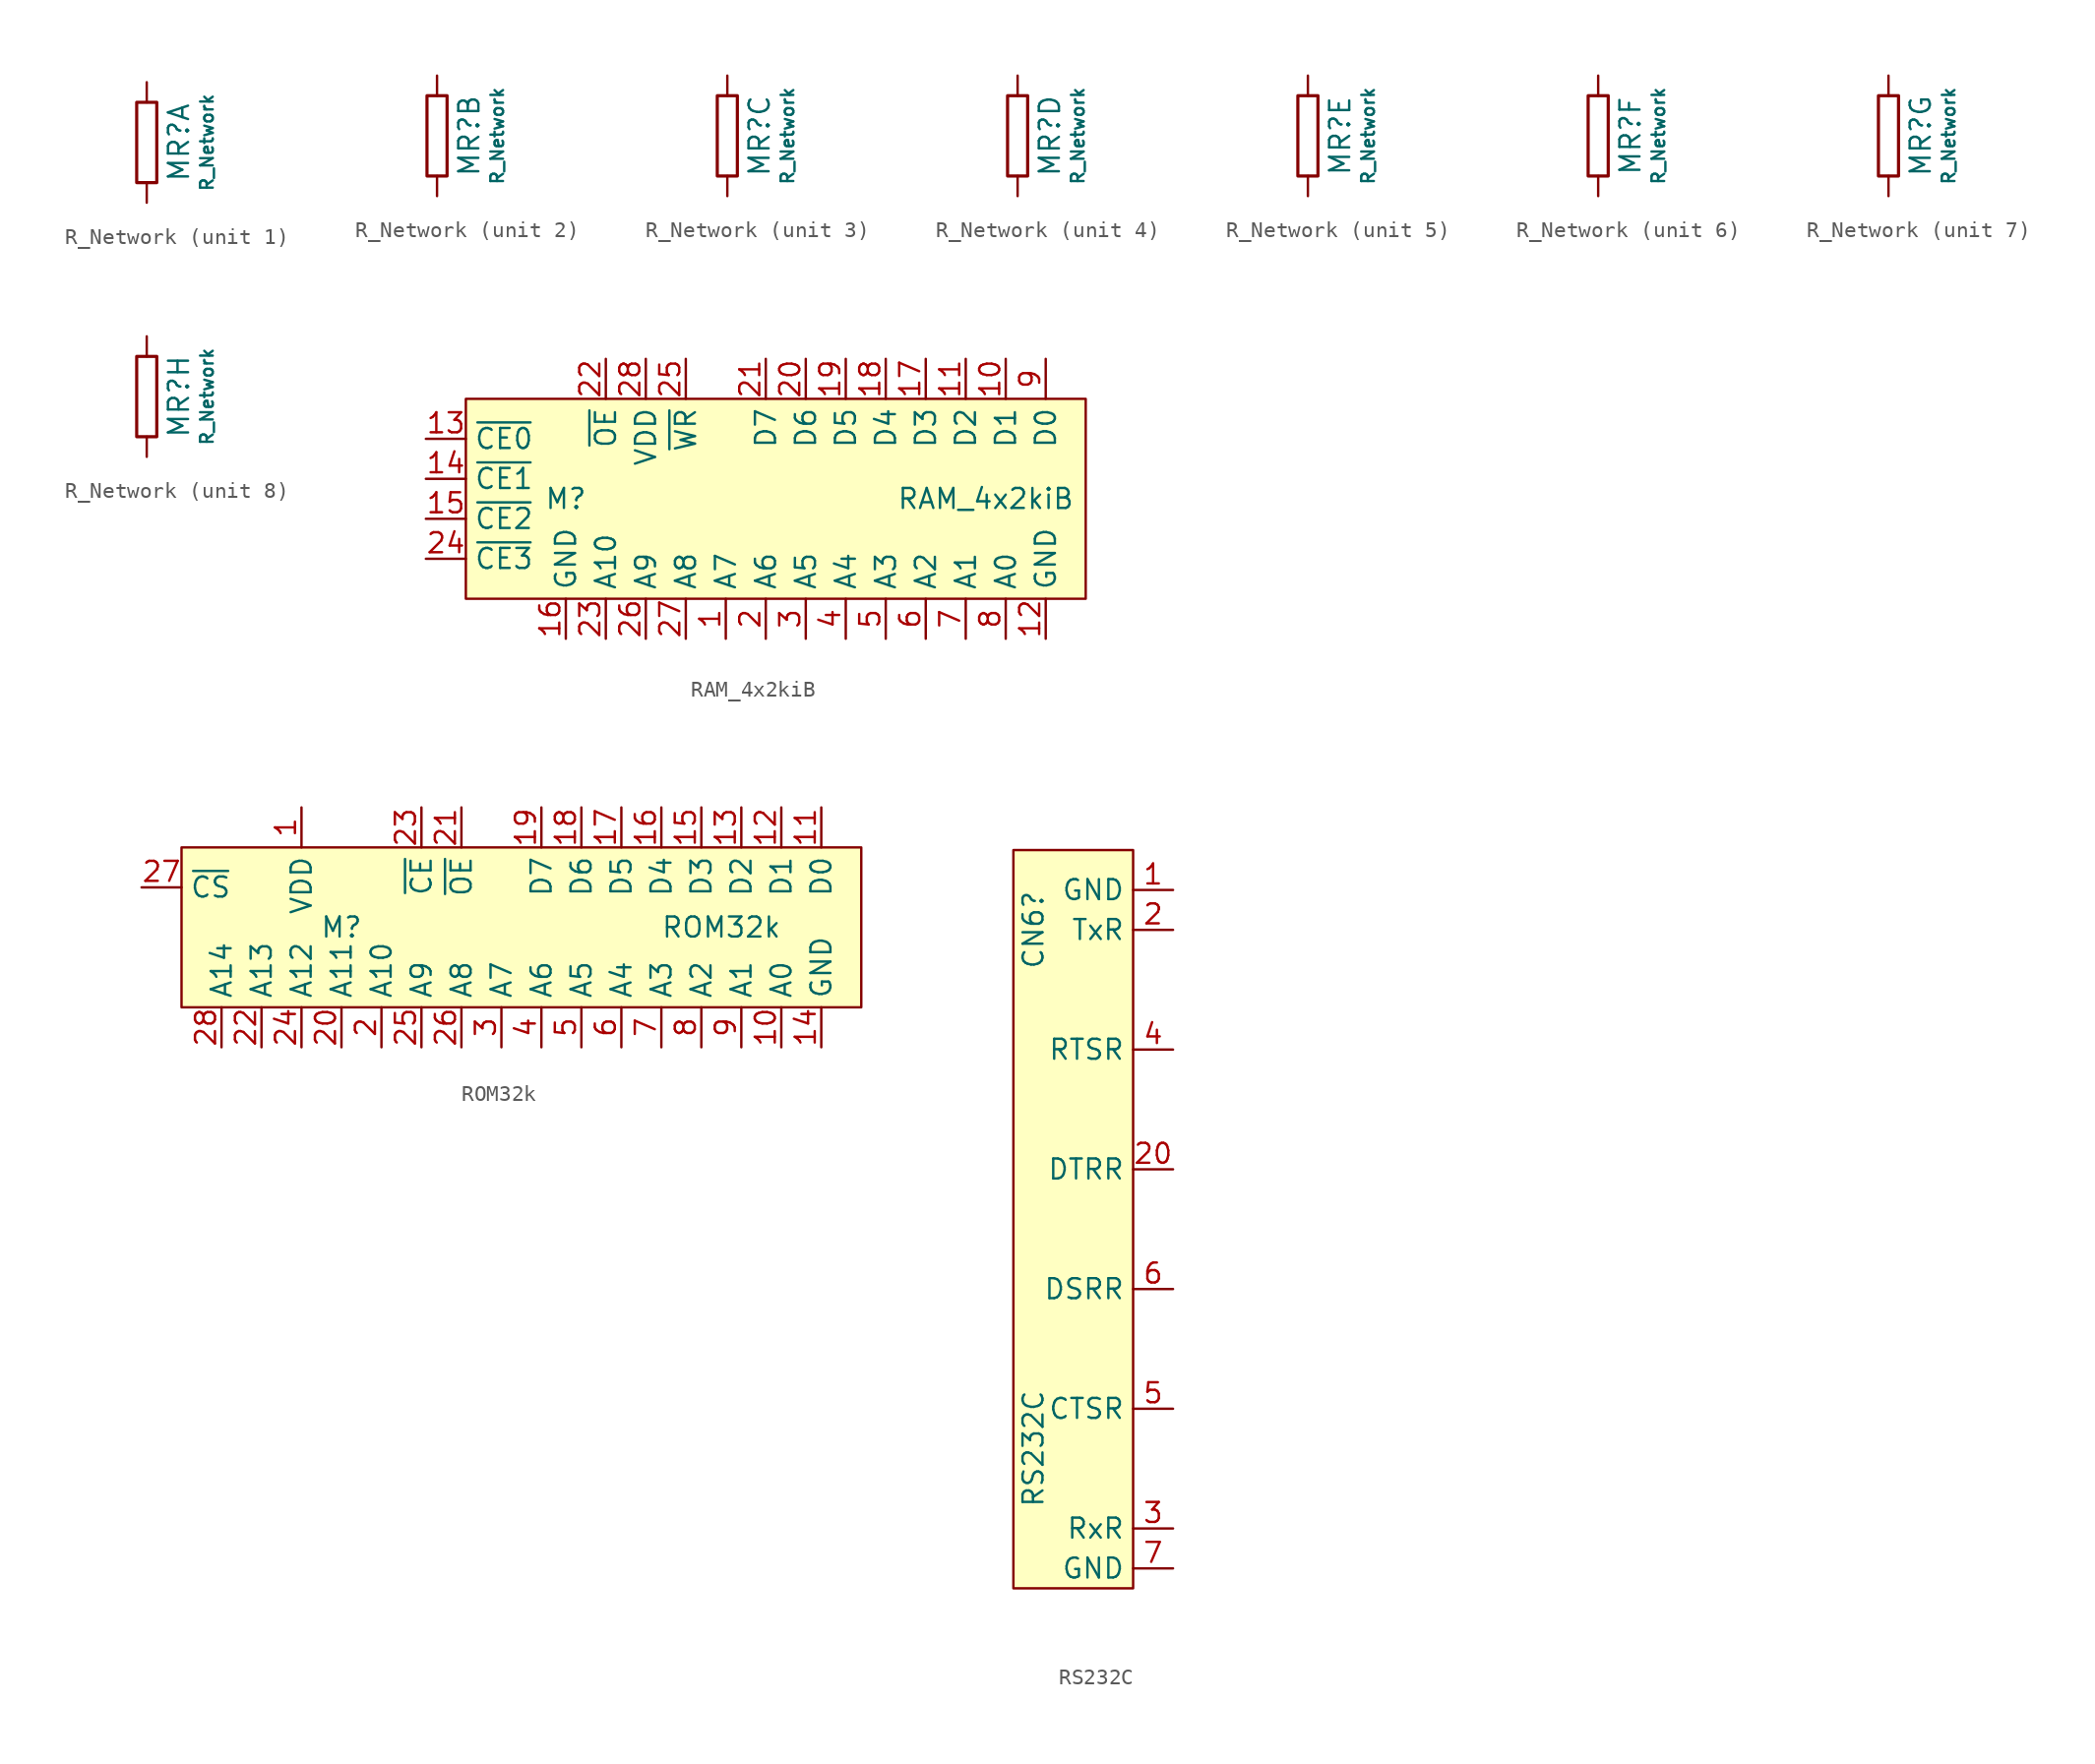
<source format=kicad_sym>
(kicad_symbol_lib
  (version 20211014)
  (generator kicad_symbol_editor)
  (symbol "R_Network"
    (pin_numbers hide)
    (pin_names
      (offset 0) hide)
    (property "Reference" "MR"
      (at 2.032 0 90)
      (effects (font (size 1.27 1.27))))
    (property "Value" "R_Network"
      (at 3.81 0 90)
      (effects (font (size 0.8 0.8))))
    (symbol "R_Network_0_1"
      (rectangle (start -0.635 2.54) (end 0.635 -2.54) (stroke (width 0.2) (type default) (color 0 0 0 0)) (fill (type none))))
    (symbol "R_Network_1_1"
      (pin passive line (at 0 3.81 270) (length 1.27) (name "R1.1" (effects (font (size 1.27 1.27)))) (number "1" (effects (font (size 1.27 1.27)))))
      (pin passive line (at 0 -3.81 90) (length 1.27) (name "R1.2" (effects (font (size 1.27 1.27)))) (number "2" (effects (font (size 1.27 1.27))))))
    (symbol "R_Network_2_1"
      (polyline (pts (xy 0 2.54) (xy 0 3.81)) (stroke (width 0) (type default) (color 0 0 0 0)) (fill (type none)))
      (pin passive line (at 0 -3.81 90) (length 1.27) (name "R2.2" (effects (font (size 1.27 1.27)))) (number "3" (effects (font (size 1.27 1.27))))))
    (symbol "R_Network_3_1"
      (polyline (pts (xy 0 2.54) (xy 0 3.81)) (stroke (width 0) (type default) (color 0 0 0 0)) (fill (type none)))
      (pin passive line (at 0 -3.81 90) (length 1.27) (name "R3.2" (effects (font (size 1.27 1.27)))) (number "4" (effects (font (size 1.27 1.27))))))
    (symbol "R_Network_4_1"
      (polyline (pts (xy 0 2.54) (xy 0 3.81)) (stroke (width 0) (type default) (color 0 0 0 0)) (fill (type none)))
      (pin passive line (at 0 -3.81 90) (length 1.27) (name "R4.2" (effects (font (size 1.27 1.27)))) (number "5" (effects (font (size 1.27 1.27))))))
    (symbol "R_Network_5_1"
      (polyline (pts (xy 0 2.54) (xy 0 3.81)) (stroke (width 0) (type default) (color 0 0 0 0)) (fill (type none)))
      (pin passive line (at 0 -3.81 90) (length 1.27) (name "R5.2" (effects (font (size 1.27 1.27)))) (number "6" (effects (font (size 1.27 1.27))))))
    (symbol "R_Network_6_1"
      (polyline (pts (xy 0 2.54) (xy 0 3.81)) (stroke (width 0) (type default) (color 0 0 0 0)) (fill (type none)))
      (pin passive line (at 0 -3.81 90) (length 1.27) (name "R6.2" (effects (font (size 1.27 1.27)))) (number "7" (effects (font (size 1.27 1.27))))))
    (symbol "R_Network_7_1"
      (polyline (pts (xy 0 2.54) (xy 0 3.81)) (stroke (width 0) (type default) (color 0 0 0 0)) (fill (type none)))
      (pin passive line (at 0 -3.81 90) (length 1.27) (name "R7.2" (effects (font (size 1.27 1.27)))) (number "8" (effects (font (size 1.27 1.27))))))
    (symbol "R_Network_8_1"
      (polyline (pts (xy 0 2.54) (xy 0 3.81)) (stroke (width 0) (type default) (color 0 0 0 0)) (fill (type none)))
      (pin passive line (at 0 -3.81 90) (length 1.27) (name "R8.2" (effects (font (size 1.27 1.27)))) (number "9" (effects (font (size 1.27 1.27)))))))
  (symbol "RAM_4x2kiB"
    (property "Reference" "M"
      (at -11.43 0 0)
      (effects (font (size 1.27 1.27))))
    (property "Value" "RAM_4x2kiB"
      (at 15.24 0 0)
      (effects (font (size 1.27 1.27))))
    (symbol "RAM_4x2kiB_0_1"
      (rectangle (start -17.78 6.35) (end 21.59 -6.35) (stroke (width 0) (type default) (color 0 0 0 0)) (fill (type background))))
    (symbol "RAM_4x2kiB_1_1"
      (pin input line (at -1.27 -8.89 90) (length 2.54) (name "A7" (effects (font (size 1.27 1.27)))) (number "1" (effects (font (size 1.27 1.27)))))
      (pin tri_state line (at 16.51 8.89 270) (length 2.54) (name "D1" (effects (font (size 1.27 1.27)))) (number "10" (effects (font (size 1.27 1.27)))))
      (pin tri_state line (at 13.97 8.89 270) (length 2.54) (name "D2" (effects (font (size 1.27 1.27)))) (number "11" (effects (font (size 1.27 1.27)))))
      (pin power_in line (at 19.05 -8.89 90) (length 2.54) (name "GND" (effects (font (size 1.27 1.27)))) (number "12" (effects (font (size 1.27 1.27)))))
      (pin input line (at -20.32 3.81 0) (length 2.54) (name "~{CE0}" (effects (font (size 1.27 1.27)))) (number "13" (effects (font (size 1.27 1.27)))))
      (pin input line (at -20.32 1.27 0) (length 2.54) (name "~{CE1}" (effects (font (size 1.27 1.27)))) (number "14" (effects (font (size 1.27 1.27)))))
      (pin input line (at -20.32 -1.27 0) (length 2.54) (name "~{CE2}" (effects (font (size 1.27 1.27)))) (number "15" (effects (font (size 1.27 1.27)))))
      (pin power_in line (at -11.43 -8.89 90) (length 2.54) (name "GND" (effects (font (size 1.27 1.27)))) (number "16" (effects (font (size 1.27 1.27)))))
      (pin tri_state line (at 11.43 8.89 270) (length 2.54) (name "D3" (effects (font (size 1.27 1.27)))) (number "17" (effects (font (size 1.27 1.27)))))
      (pin tri_state line (at 8.89 8.89 270) (length 2.54) (name "D4" (effects (font (size 1.27 1.27)))) (number "18" (effects (font (size 1.27 1.27)))))
      (pin tri_state line (at 6.35 8.89 270) (length 2.54) (name "D5" (effects (font (size 1.27 1.27)))) (number "19" (effects (font (size 1.27 1.27)))))
      (pin input line (at 1.27 -8.89 90) (length 2.54) (name "A6" (effects (font (size 1.27 1.27)))) (number "2" (effects (font (size 1.27 1.27)))))
      (pin tri_state line (at 3.81 8.89 270) (length 2.54) (name "D6" (effects (font (size 1.27 1.27)))) (number "20" (effects (font (size 1.27 1.27)))))
      (pin tri_state line (at 1.27 8.89 270) (length 2.54) (name "D7" (effects (font (size 1.27 1.27)))) (number "21" (effects (font (size 1.27 1.27)))))
      (pin input line (at -8.89 8.89 270) (length 2.54) (name "~{OE}" (effects (font (size 1.27 1.27)))) (number "22" (effects (font (size 1.27 1.27)))))
      (pin input line (at -8.89 -8.89 90) (length 2.54) (name "A10" (effects (font (size 1.27 1.27)))) (number "23" (effects (font (size 1.27 1.27)))))
      (pin input line (at -20.32 -3.81 0) (length 2.54) (name "~{CE3}" (effects (font (size 1.27 1.27)))) (number "24" (effects (font (size 1.27 1.27)))))
      (pin input line (at -3.81 8.89 270) (length 2.54) (name "~{WR}" (effects (font (size 1.27 1.27)))) (number "25" (effects (font (size 1.27 1.27)))))
      (pin input line (at -6.35 -8.89 90) (length 2.54) (name "A9" (effects (font (size 1.27 1.27)))) (number "26" (effects (font (size 1.27 1.27)))))
      (pin input line (at -3.81 -8.89 90) (length 2.54) (name "A8" (effects (font (size 1.27 1.27)))) (number "27" (effects (font (size 1.27 1.27)))))
      (pin power_in line (at -6.35 8.89 270) (length 2.54) (name "VDD" (effects (font (size 1.27 1.27)))) (number "28" (effects (font (size 1.27 1.27)))))
      (pin input line (at 3.81 -8.89 90) (length 2.54) (name "A5" (effects (font (size 1.27 1.27)))) (number "3" (effects (font (size 1.27 1.27)))))
      (pin input line (at 6.35 -8.89 90) (length 2.54) (name "A4" (effects (font (size 1.27 1.27)))) (number "4" (effects (font (size 1.27 1.27)))))
      (pin input line (at 8.89 -8.89 90) (length 2.54) (name "A3" (effects (font (size 1.27 1.27)))) (number "5" (effects (font (size 1.27 1.27)))))
      (pin input line (at 11.43 -8.89 90) (length 2.54) (name "A2" (effects (font (size 1.27 1.27)))) (number "6" (effects (font (size 1.27 1.27)))))
      (pin input line (at 13.97 -8.89 90) (length 2.54) (name "A1" (effects (font (size 1.27 1.27)))) (number "7" (effects (font (size 1.27 1.27)))))
      (pin input line (at 16.51 -8.89 90) (length 2.54) (name "A0" (effects (font (size 1.27 1.27)))) (number "8" (effects (font (size 1.27 1.27)))))
      (pin tri_state line (at 19.05 8.89 270) (length 2.54) (name "D0" (effects (font (size 1.27 1.27)))) (number "9" (effects (font (size 1.27 1.27)))))))
  (symbol "ROM32k"
    (property "Reference" "M"
      (at -11.43 0 0)
      (effects (font (size 1.27 1.27))))
    (property "Value" "ROM32k"
      (at 12.7 0 0)
      (effects (font (size 1.27 1.27))))
    (symbol "ROM32k_0_1"
      (rectangle (start -21.59 5.08) (end 21.59 -5.08) (stroke (width 0) (type default) (color 0 0 0 0)) (fill (type background))))
    (symbol "ROM32k_1_1"
      (pin power_in line (at -13.97 7.62 270) (length 2.54) (name "VDD" (effects (font (size 1.27 1.27)))) (number "1" (effects (font (size 1.27 1.27)))))
      (pin input line (at 16.51 -7.62 90) (length 2.54) (name "A0" (effects (font (size 1.27 1.27)))) (number "10" (effects (font (size 1.27 1.27)))))
      (pin tri_state line (at 19.05 7.62 270) (length 2.54) (name "D0" (effects (font (size 1.27 1.27)))) (number "11" (effects (font (size 1.27 1.27)))))
      (pin tri_state line (at 16.51 7.62 270) (length 2.54) (name "D1" (effects (font (size 1.27 1.27)))) (number "12" (effects (font (size 1.27 1.27)))))
      (pin tri_state line (at 13.97 7.62 270) (length 2.54) (name "D2" (effects (font (size 1.27 1.27)))) (number "13" (effects (font (size 1.27 1.27)))))
      (pin power_in line (at 19.05 -7.62 90) (length 2.54) (name "GND" (effects (font (size 1.27 1.27)))) (number "14" (effects (font (size 1.27 1.27)))))
      (pin tri_state line (at 11.43 7.62 270) (length 2.54) (name "D3" (effects (font (size 1.27 1.27)))) (number "15" (effects (font (size 1.27 1.27)))))
      (pin tri_state line (at 8.89 7.62 270) (length 2.54) (name "D4" (effects (font (size 1.27 1.27)))) (number "16" (effects (font (size 1.27 1.27)))))
      (pin tri_state line (at 6.35 7.62 270) (length 2.54) (name "D5" (effects (font (size 1.27 1.27)))) (number "17" (effects (font (size 1.27 1.27)))))
      (pin tri_state line (at 3.81 7.62 270) (length 2.54) (name "D6" (effects (font (size 1.27 1.27)))) (number "18" (effects (font (size 1.27 1.27)))))
      (pin tri_state line (at 1.27 7.62 270) (length 2.54) (name "D7" (effects (font (size 1.27 1.27)))) (number "19" (effects (font (size 1.27 1.27)))))
      (pin input line (at -8.89 -7.62 90) (length 2.54) (name "A10" (effects (font (size 1.27 1.27)))) (number "2" (effects (font (size 1.27 1.27)))))
      (pin input line (at -11.43 -7.62 90) (length 2.54) (name "A11" (effects (font (size 1.27 1.27)))) (number "20" (effects (font (size 1.27 1.27)))))
      (pin input line (at -3.81 7.62 270) (length 2.54) (name "~{OE}" (effects (font (size 1.27 1.27)))) (number "21" (effects (font (size 1.27 1.27)))))
      (pin input line (at -16.51 -7.62 90) (length 2.54) (name "A13" (effects (font (size 1.27 1.27)))) (number "22" (effects (font (size 1.27 1.27)))))
      (pin input line (at -6.35 7.62 270) (length 2.54) (name "~{CE}" (effects (font (size 1.27 1.27)))) (number "23" (effects (font (size 1.27 1.27)))))
      (pin input line (at -13.97 -7.62 90) (length 2.54) (name "A12" (effects (font (size 1.27 1.27)))) (number "24" (effects (font (size 1.27 1.27)))))
      (pin input line (at -6.35 -7.62 90) (length 2.54) (name "A9" (effects (font (size 1.27 1.27)))) (number "25" (effects (font (size 1.27 1.27)))))
      (pin input line (at -3.81 -7.62 90) (length 2.54) (name "A8" (effects (font (size 1.27 1.27)))) (number "26" (effects (font (size 1.27 1.27)))))
      (pin input line (at -24.13 2.54 0) (length 2.54) (name "~{CS}" (effects (font (size 1.27 1.27)))) (number "27" (effects (font (size 1.27 1.27)))))
      (pin input line (at -19.05 -7.62 90) (length 2.54) (name "A14" (effects (font (size 1.27 1.27)))) (number "28" (effects (font (size 1.27 1.27)))))
      (pin input line (at -1.27 -7.62 90) (length 2.54) (name "A7" (effects (font (size 1.27 1.27)))) (number "3" (effects (font (size 1.27 1.27)))))
      (pin input line (at 1.27 -7.62 90) (length 2.54) (name "A6" (effects (font (size 1.27 1.27)))) (number "4" (effects (font (size 1.27 1.27)))))
      (pin input line (at 3.81 -7.62 90) (length 2.54) (name "A5" (effects (font (size 1.27 1.27)))) (number "5" (effects (font (size 1.27 1.27)))))
      (pin input line (at 6.35 -7.62 90) (length 2.54) (name "A4" (effects (font (size 1.27 1.27)))) (number "6" (effects (font (size 1.27 1.27)))))
      (pin input line (at 8.89 -7.62 90) (length 2.54) (name "A3" (effects (font (size 1.27 1.27)))) (number "7" (effects (font (size 1.27 1.27)))))
      (pin input line (at 11.43 -7.62 90) (length 2.54) (name "A2" (effects (font (size 1.27 1.27)))) (number "8" (effects (font (size 1.27 1.27)))))
      (pin input line (at 13.97 -7.62 90) (length 2.54) (name "A1" (effects (font (size 1.27 1.27)))) (number "9" (effects (font (size 1.27 1.27)))))))
  (symbol "RS232C"
    (property "Reference" "CN6"
      (at -3.81 19.05 90)
      (effects (font (size 1.27 1.27))))
    (property "Value" "RS232C"
      (at -3.81 -13.97 90)
      (effects (font (size 1.27 1.27))))
    (symbol "RS232C_0_1"
      (rectangle (start -5.08 24.13) (end 2.54 -22.86) (stroke (width 0) (type default) (color 0 0 0 0)) (fill (type background))))
    (symbol "RS232C_1_1"
      (pin passive line (at 5.08 21.59 180) (length 2.54) (name "GND" (effects (font (size 1.27 1.27)))) (number "1" (effects (font (size 1.27 1.27)))))
      (pin passive line (at 5.08 19.05 180) (length 2.54) (name "TxR" (effects (font (size 1.27 1.27)))) (number "2" (effects (font (size 1.27 1.27)))))
      (pin passive line (at 5.08 3.81 180) (length 2.54) (name "DTRR" (effects (font (size 1.27 1.27)))) (number "20" (effects (font (size 1.27 1.27)))))
      (pin passive line (at 5.08 -19.05 180) (length 2.54) (name "RxR" (effects (font (size 1.27 1.27)))) (number "3" (effects (font (size 1.27 1.27)))))
      (pin passive line (at 5.08 11.43 180) (length 2.54) (name "RTSR" (effects (font (size 1.27 1.27)))) (number "4" (effects (font (size 1.27 1.27)))))
      (pin passive line (at 5.08 -11.43 180) (length 2.54) (name "CTSR" (effects (font (size 1.27 1.27)))) (number "5" (effects (font (size 1.27 1.27)))))
      (pin passive line (at 5.08 -3.81 180) (length 2.54) (name "DSRR" (effects (font (size 1.27 1.27)))) (number "6" (effects (font (size 1.27 1.27)))))
      (pin passive line (at 5.08 -21.59 180) (length 2.54) (name "GND" (effects (font (size 1.27 1.27)))) (number "7" (effects (font (size 1.27 1.27))))))))
</source>
